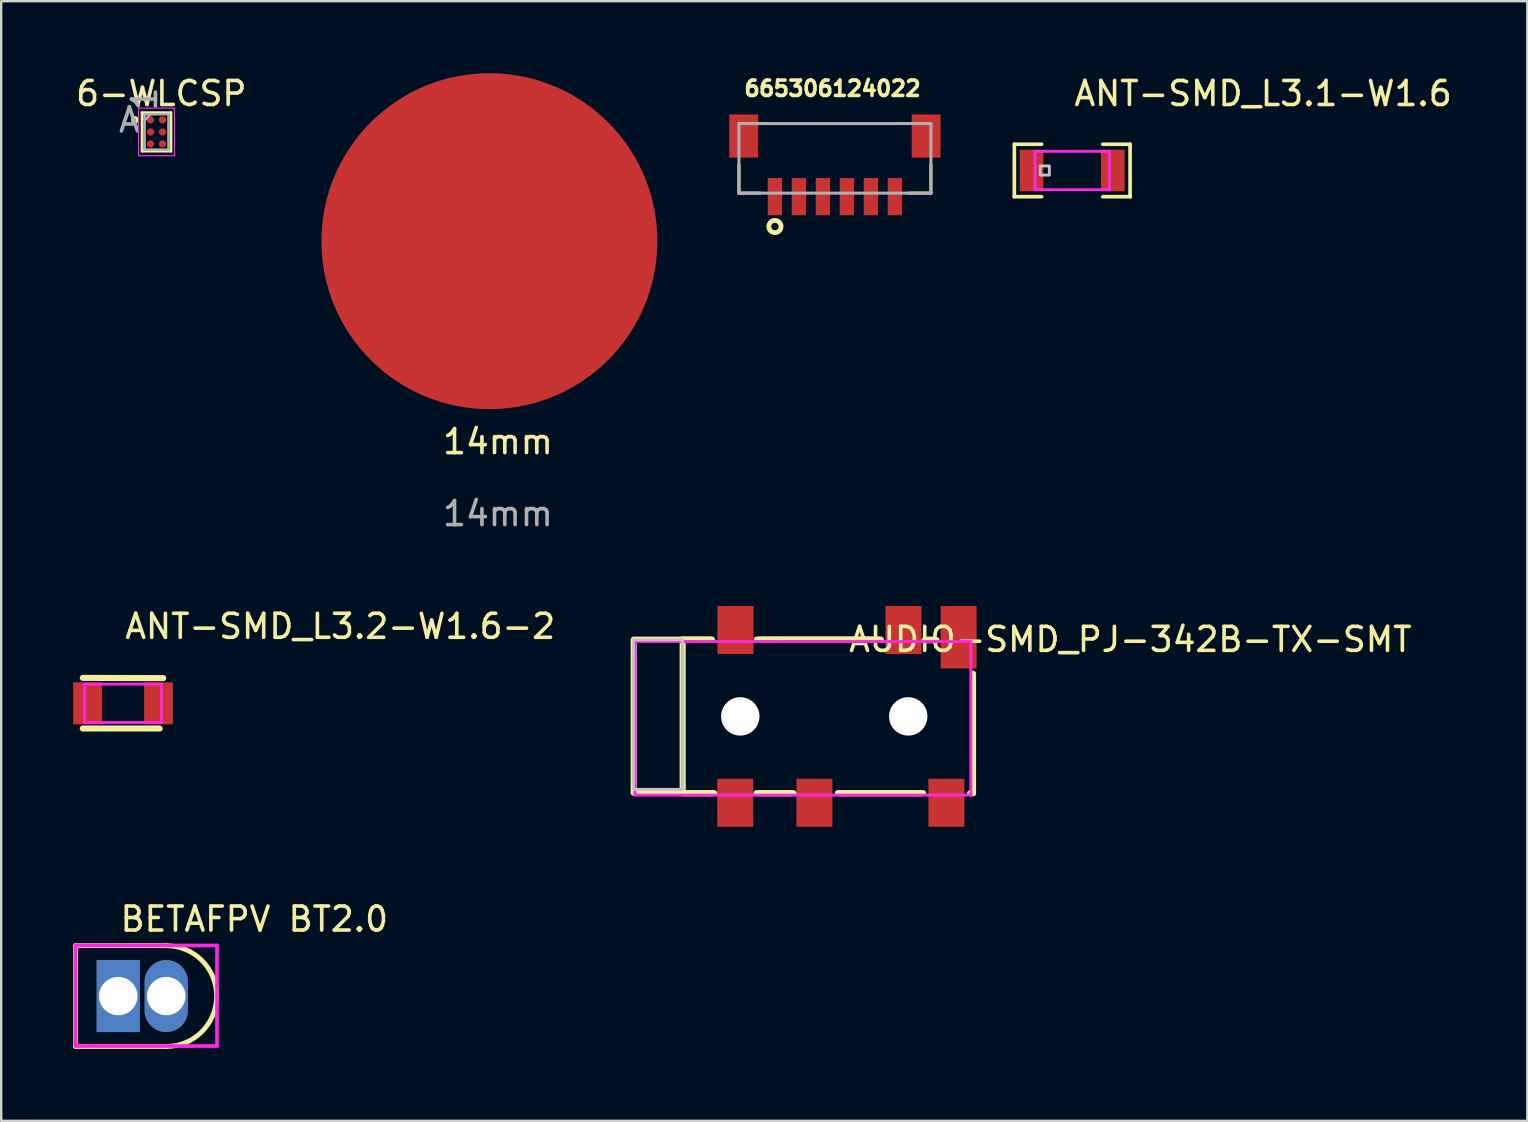
<source format=kicad_pcb>
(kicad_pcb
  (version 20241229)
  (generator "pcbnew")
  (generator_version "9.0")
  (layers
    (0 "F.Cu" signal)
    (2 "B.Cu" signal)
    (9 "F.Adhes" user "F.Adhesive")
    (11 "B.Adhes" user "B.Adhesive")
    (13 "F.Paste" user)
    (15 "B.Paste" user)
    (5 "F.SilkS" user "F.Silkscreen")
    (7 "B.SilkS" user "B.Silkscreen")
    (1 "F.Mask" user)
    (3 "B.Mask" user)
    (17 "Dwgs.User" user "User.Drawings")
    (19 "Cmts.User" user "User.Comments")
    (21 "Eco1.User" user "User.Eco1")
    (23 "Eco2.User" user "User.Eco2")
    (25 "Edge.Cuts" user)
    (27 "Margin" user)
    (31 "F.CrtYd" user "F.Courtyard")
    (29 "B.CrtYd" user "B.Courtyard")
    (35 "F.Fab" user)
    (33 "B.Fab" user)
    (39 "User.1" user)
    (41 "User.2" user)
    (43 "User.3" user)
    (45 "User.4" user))
  (footprint "AUDIO-SMD_PJ-342B-TX-SMT"
    (layer "F.Cu")
    (at 32.245 26.805)
    (property "Reference" "AUDIO-SMD_PJ-342B-TX-SMT" (at 0 -3.207 0) (layer "F.SilkS") (effects (font (size 1 1) (thickness 0.15)) (justify left)))
    (attr through_hole)
    (fp_line (start -8.885 -3.175) (end -8.885 3.175) (stroke (width 0.254) (type solid)) (layer "F.SilkS"))
    (fp_line (start -8.885 3.175) (end -6.785 3.175) (stroke (width 0.254) (type solid)) (layer "F.SilkS"))
    (fp_line (start -8.881 -3.199) (end -6.781 -3.199) (stroke (width 0.254) (type solid)) (layer "F.SilkS"))
    (fp_line (start -6.845 -3.2) (end -6.845 3.2) (stroke (width 0.254) (type solid)) (layer "F.SilkS"))
    (fp_line (start -6.845 -3.2) (end -5.654 -3.2) (stroke (width 0.254) (type solid)) (layer "F.SilkS"))
    (fp_line (start -6.845 3.2) (end -5.626 3.2) (stroke (width 0.254) (type solid)) (layer "F.SilkS"))
    (fp_line (start -6.845 3.2) (end -5.534 3.2) (stroke (width 0.254) (type solid)) (layer "F.SilkS"))
    (fp_line (start -6.729 -3.2) (end -5.626 -3.2) (stroke (width 0.254) (type solid)) (layer "F.SilkS"))
    (fp_line (start -3.767 3.2) (end -2.232 3.2) (stroke (width 0.254) (type solid)) (layer "F.SilkS"))
    (fp_line (start -3.756 -3.2) (end 1.415 -3.2) (stroke (width 0.254) (type solid)) (layer "F.SilkS"))
    (fp_line (start -3.664 -3.2) (end 1.374 -3.2) (stroke (width 0.254) (type solid)) (layer "F.SilkS"))
    (fp_line (start -3.664 3.2) (end -2.326 3.2) (stroke (width 0.254) (type solid)) (layer "F.SilkS"))
    (fp_line (start -0.376 3.2) (end 3.102 3.2) (stroke (width 0.254) (type solid)) (layer "F.SilkS"))
    (fp_line (start -0.364 3.2) (end 3.174 3.2) (stroke (width 0.254) (type solid)) (layer "F.SilkS"))
    (fp_line (start 3.229 -3.175) (end 3.737 -3.175) (stroke (width 0.254) (type solid)) (layer "F.SilkS"))
    (fp_line (start 3.336 -3.2) (end 3.674 -3.2) (stroke (width 0.254) (type solid)) (layer "F.SilkS"))
    (fp_line (start 5.136 3.2) (end 5.255 3.2) (stroke (width 0.254) (type solid)) (layer "F.SilkS"))
    (fp_line (start 5.255 -1.778) (end 5.255 3.2) (stroke (width 0.254) (type solid)) (layer "F.SilkS"))
    (fp_circle (center -4.445 0) (end -4.145 0) (stroke (width 0.6) (type solid)) (fill no) (layer "Dwgs.User"))
    (fp_circle (center 2.555 0) (end 2.855 0) (stroke (width 0.6) (type solid)) (fill no) (layer "Dwgs.User"))
    (fp_poly (pts (xy -8.895 -3.19) (xy -6.875 -3.19) (xy -6.855 -3.21) (xy -6.855 3.04) (xy -8.895 3.04)) (stroke (width 0.12) (type solid)) (fill no) (layer "Dwgs.User"))
    (fp_circle (center -8.835 -4.256) (end -8.805 -4.256) (stroke (width 0.06) (type solid)) (fill no) (layer "Eco2.User"))
    (fp_poly (pts (xy -4.155 2.656) (xy -4.155 4.256) (xy -5.155 4.256) (xy -5.155 2.656)) (stroke (width 0.12) (type solid)) (fill no) (layer "Eco2.User"))
    (fp_poly (pts (xy -4.145 -4.256) (xy -4.145 -2.656) (xy -5.145 -2.656) (xy -5.145 -4.256)) (stroke (width 0.12) (type solid)) (fill no) (layer "Eco2.User"))
    (fp_poly (pts (xy -0.855 2.656) (xy -0.855 4.256) (xy -1.855 4.256) (xy -1.855 2.656)) (stroke (width 0.12) (type solid)) (fill no) (layer "Eco2.User"))
    (fp_poly (pts (xy 2.855 -4.256) (xy 2.855 -2.656) (xy 1.855 -2.656) (xy 1.855 -4.256)) (stroke (width 0.12) (type solid)) (fill no) (layer "Eco2.User"))
    (fp_poly (pts (xy 4.645 2.656) (xy 4.645 4.256) (xy 3.645 4.256) (xy 3.645 2.656)) (stroke (width 0.12) (type solid)) (fill no) (layer "Eco2.User"))
    (fp_poly (pts (xy 5.155 -4.255) (xy 5.155 -2.155) (xy 4.155 -2.155) (xy 4.155 -4.255)) (stroke (width 0.12) (type solid)) (fill no) (layer "Eco2.User"))
    (fp_line (start -8.835 -3.12) (end 5.165 -3.12) (stroke (width 0.12) (type solid)) (layer "F.CrtYd"))
    (fp_line (start -8.835 3.28) (end -8.835 -3.12) (stroke (width 0.12) (type solid)) (layer "F.CrtYd"))
    (fp_line (start 5.165 -3.12) (end 5.165 3.28) (stroke (width 0.12) (type solid)) (layer "F.CrtYd"))
    (fp_line (start 5.165 3.28) (end -8.835 3.28) (stroke (width 0.12) (type solid)) (layer "F.CrtYd"))
    (pad "" np_thru_hole circle (at -4.445 0) (size 1.6 1.6) (drill 1.6) (layers "*.Cu" "*.Mask"))
    (pad "" np_thru_hole circle (at 2.555 0) (size 1.6 1.6) (drill 1.6) (layers "*.Cu" "*.Mask"))
    (pad "2" smd rect (at -4.645 -3.6 90) (size 2 1.5) (layers "F.Cu" "F.Mask" "F.Paste"))
    (pad "3" smd rect (at 2.355 -3.6 90) (size 2 1.5) (layers "F.Cu" "F.Mask" "F.Paste"))
    (pad "4" smd rect (at 4.655 -3.3 90) (size 2.6 1.5) (layers "F.Cu" "F.Mask" "F.Paste"))
    (pad "5" smd rect (at -4.655 3.6 90) (size 2 1.5) (layers "F.Cu" "F.Mask" "F.Paste"))
    (pad "6" smd rect (at -1.355 3.6 90) (size 2 1.5) (layers "F.Cu" "F.Mask" "F.Paste"))
    (pad "7" smd rect (at 4.145 3.6 90) (size 2 1.5) (layers "F.Cu" "F.Mask" "F.Paste")))
  (footprint "BETAFPV BT2.0"
    (layer "F.Cu")
    (at 1.878 38.46)
    (property "Reference" "BETAFPV BT2.0" (at 0 -3.207 0) (layer "F.SilkS") (effects (font (size 1 1) (thickness 0.15)) (justify left)))
    (attr through_hole)
    (fp_line (start -1.778 -2.101) (end -1.778 2.101) (stroke (width 0.2) (type solid)) (layer "F.SilkS"))
    (fp_line (start -1.778 2.101) (end 1.999 2.101) (stroke (width 0.2) (type solid)) (layer "F.SilkS"))
    (fp_line (start 1.999 -2.101) (end -1.778 -2.101) (stroke (width 0.2) (type solid)) (layer "F.SilkS"))
    (fp_arc (start 2 -2.1) (mid 4.1 0) (end 1.999999 2.1) (stroke (width 0.2) (type solid)) (layer "F.SilkS"))
    (fp_line (start -1.778 -2.108) (end 4.115 -2.108) (stroke (width 0.152) (type solid)) (layer "F.CrtYd"))
    (fp_line (start -1.778 2.083) (end -1.778 -2.108) (stroke (width 0.152) (type solid)) (layer "F.CrtYd"))
    (fp_line (start 4.115 -2.108) (end 4.115 2.083) (stroke (width 0.152) (type solid)) (layer "F.CrtYd"))
    (fp_line (start 4.115 2.083) (end -1.778 2.083) (stroke (width 0.152) (type solid)) (layer "F.CrtYd"))
    (pad "1" thru_hole rect (at 0 0) (size 1.8 3) (drill 1.6) (layers "*.Cu" "*.Mask"))
    (pad "2" thru_hole oval (at 2 0) (size 1.8 3) (drill 1.6) (layers "*.Cu" "*.Mask")))
  (footprint "ANT-SMD_L3.2-W1.6-2"
    (layer "F.Cu")
    (at 2.078 26.26)
    (property "Reference" "ANT-SMD_L3.2-W1.6-2" (at 0 -3.207 0) (layer "F.SilkS") (effects (font (size 1 1) (thickness 0.15)) (justify left)))
    (attr through_hole)
    (fp_line (start -1.676 -1.06) (end 1.676 -1.05) (stroke (width 0.254) (type solid)) (layer "F.SilkS"))
    (fp_line (start 1.524 1.05) (end -1.676 1.05) (stroke (width 0.254) (type solid)) (layer "F.SilkS"))
    (fp_circle (center -1.6 0.8) (end -1.57 0.8) (stroke (width 0.06) (type solid)) (fill no) (layer "Eco2.User"))
    (fp_poly (pts (xy -1.6 -0.68) (xy -0.98 -0.68) (xy -0.98 0.68) (xy -1.6 0.68)) (stroke (width 0.12) (type solid)) (fill no) (layer "Eco2.User"))
    (fp_poly (pts (xy 0.98 -0.68) (xy 1.6 -0.68) (xy 1.6 0.68) (xy 0.98 0.68)) (stroke (width 0.12) (type solid)) (fill no) (layer "Eco2.User"))
    (fp_line (start -1.6 -0.8) (end 1.6 -0.8) (stroke (width 0.12) (type solid)) (layer "F.CrtYd"))
    (fp_line (start -1.6 0.8) (end -1.6 -0.8) (stroke (width 0.12) (type solid)) (layer "F.CrtYd"))
    (fp_line (start 1.6 -0.8) (end 1.6 0.8) (stroke (width 0.12) (type solid)) (layer "F.CrtYd"))
    (fp_line (start 1.6 0.8) (end -1.6 0.8) (stroke (width 0.12) (type solid)) (layer "F.CrtYd"))
    (pad "1" smd rect (at -1.478 0) (size 1.2 1.75) (layers "F.Cu" "F.Mask" "F.Paste"))
    (pad "2" smd rect (at 1.478 0) (size 1.2 1.75) (layers "F.Cu" "F.Mask" "F.Paste")))
  (footprint "665306124022"
    (layer "F.Cu")
    (at 31.745 5.144)
    (property "Reference" "665306124022" (at -0.1 -4.506 0) (layer "F.SilkS") (effects (font (size 0.64 0.64) (thickness 0.15))))
    (attr smd)
    (fp_line (start -4 -1.32) (end -4 -0.145) (stroke (width 0.127) (type solid)) (layer "F.SilkS"))
    (fp_line (start -4 -0.145) (end -3.11 -0.145) (stroke (width 0.127) (type solid)) (layer "F.SilkS"))
    (fp_line (start -3.01 -3.045) (end 2.51 -3.045) (stroke (width 0.127) (type solid)) (layer "F.SilkS"))
    (fp_line (start 4 -1.32) (end 4 -0.145) (stroke (width 0.127) (type solid)) (layer "F.SilkS"))
    (fp_line (start 4 -0.145) (end 3.08 -0.145) (stroke (width 0.127) (type solid)) (layer "F.SilkS"))
    (fp_circle (center -2.5 1.246) (end -2.246 1.246) (stroke (width 0.2) (type solid)) (fill no) (layer "F.SilkS"))
    (fp_line (start -4 -3.045) (end 4 -3.045) (stroke (width 0.127) (type solid)) (layer "F.Fab"))
    (fp_line (start -4 -0.145) (end -4 -3.045) (stroke (width 0.127) (type solid)) (layer "F.Fab"))
    (fp_line (start 4 -3.045) (end 4 -0.145) (stroke (width 0.127) (type solid)) (layer "F.Fab"))
    (fp_line (start 4 -0.145) (end -4 -0.145) (stroke (width 0.127) (type solid)) (layer "F.Fab"))
    (pad "1" smd rect (at -2.5 0) (size 0.6 1.55) (layers "F.Cu" "F.Mask" "F.Paste"))
    (pad "2" smd rect (at -1.5 0) (size 0.6 1.55) (layers "F.Cu" "F.Mask" "F.Paste"))
    (pad "3" smd rect (at -0.5 0) (size 0.6 1.55) (layers "F.Cu" "F.Mask" "F.Paste"))
    (pad "4" smd rect (at 0.5 0) (size 0.6 1.55) (layers "F.Cu" "F.Mask" "F.Paste"))
    (pad "5" smd rect (at 1.5 0) (size 0.6 1.55) (layers "F.Cu" "F.Mask" "F.Paste"))
    (pad "6" smd rect (at 2.5 0) (size 0.6 1.55) (layers "F.Cu" "F.Mask" "F.Paste"))
    (pad "Z1" smd rect (at -3.8 -2.525) (size 1.2 1.8) (layers "F.Cu" "F.Mask" "F.Paste"))
    (pad "Z2" smd rect (at 3.8 -2.525) (size 1.2 1.8) (layers "F.Cu" "F.Mask" "F.Paste")))
  (footprint "ANT-SMD_L3.1-W1.6"
    (layer "F.Cu")
    (at 41.633 4.055)
    (property "Reference" "ANT-SMD_L3.1-W1.6" (at 0 -3.207 0) (layer "F.SilkS") (effects (font (size 1 1) (thickness 0.15)) (justify left)))
    (attr through_hole)
    (fp_line (start -2.412 -1.093) (end -1.276 -1.093) (stroke (width 0.152) (type solid)) (layer "F.SilkS"))
    (fp_line (start -2.412 1.093) (end -2.412 -1.093) (stroke (width 0.152) (type solid)) (layer "F.SilkS"))
    (fp_line (start -1.276 1.093) (end -2.412 1.093) (stroke (width 0.152) (type solid)) (layer "F.SilkS"))
    (fp_line (start 1.276 1.093) (end 2.412 1.093) (stroke (width 0.152) (type solid)) (layer "F.SilkS"))
    (fp_line (start 2.412 -1.093) (end 1.276 -1.093) (stroke (width 0.152) (type solid)) (layer "F.SilkS"))
    (fp_line (start 2.412 1.093) (end 2.412 -1.093) (stroke (width 0.152) (type solid)) (layer "F.SilkS"))
    (fp_poly (pts (xy -1.2 0.276) (xy -1.2 -0.276) (xy -1.534 -0.864) (xy -2.084 -0.864) (xy -2.184 -0.764) (xy -2.184 0.764) (xy -2.084 0.864) (xy -1.534 0.864)) (stroke (width 0.12) (type solid)) (fill yes) (layer "F.Paste"))
    (fp_poly (pts (xy 1.2 0.276) (xy 1.2 -0.276) (xy 1.534 -0.864) (xy 2.084 -0.864) (xy 2.184 -0.764) (xy 2.184 0.764) (xy 2.084 0.864) (xy 1.534 0.864)) (stroke (width 0.12) (type solid)) (fill yes) (layer "F.Paste"))
    (fp_poly (pts (xy -1.333 -0.19) (xy -0.952 -0.19) (xy -0.952 0.191) (xy -1.333 0.191)) (stroke (width 0.12) (type solid)) (fill no) (layer "Dwgs.User"))
    (fp_circle (center -1.55 0.8) (end -1.52 0.8) (stroke (width 0.06) (type solid)) (fill no) (layer "Eco2.User"))
    (fp_poly (pts (xy -1.55 0.8) (xy -1.55 -0.8) (xy -1.3 -0.8) (xy -1.3 0.8)) (stroke (width 0.12) (type solid)) (fill no) (layer "Eco2.User"))
    (fp_poly (pts (xy 1.55 0.8) (xy 1.55 -0.8) (xy 1.3 -0.8) (xy 1.3 0.8)) (stroke (width 0.12) (type solid)) (fill no) (layer "Eco2.User"))
    (fp_line (start -1.55 -0.8) (end 1.55 -0.8) (stroke (width 0.12) (type solid)) (layer "F.CrtYd"))
    (fp_line (start -1.55 0.8) (end -1.55 -0.8) (stroke (width 0.12) (type solid)) (layer "F.CrtYd"))
    (fp_line (start 1.55 -0.8) (end 1.55 0.8) (stroke (width 0.12) (type solid)) (layer "F.CrtYd"))
    (fp_line (start 1.55 0.8) (end -1.55 0.8) (stroke (width 0.12) (type solid)) (layer "F.CrtYd"))
    (pad "1" smd rect (at -1.692 0) (size 0.984 1.728) (layers "F.Cu" "F.Mask" "F.Paste"))
    (pad "2" smd rect (at 1.692 0) (size 0.984 1.728) (layers "F.Cu" "F.Mask" "F.Paste")))
  (footprint "6-WLCSP"
    (layer "F.Cu")
    (at 3.473 2.448)
    (property "Reference" "6-WLCSP" (at 0.2 -1.6 0) (layer "F.SilkS") (effects (font (size 1 1) (thickness 0.15))))
    (attr smd)
    (fp_line (start -0.6 -0.8) (end 0.6 -0.8) (stroke (width 0.12) (type solid)) (layer "F.SilkS"))
    (fp_line (start -0.6 0.8) (end -0.6 -0.8) (stroke (width 0.12) (type solid)) (layer "F.SilkS"))
    (fp_line (start 0.6 -0.8) (end 0.6 0.8) (stroke (width 0.12) (type solid)) (layer "F.SilkS"))
    (fp_line (start 0.6 0.8) (end -0.6 0.8) (stroke (width 0.12) (type solid)) (layer "F.SilkS"))
    (fp_circle (center -0.9 -0.5) (end -0.9 -0.4) (stroke (width 0.12) (type solid)) (fill no) (layer "F.SilkS"))
    (fp_line (start -0.749 -0.991) (end 0.749 -0.991) (stroke (width 0.05) (type solid)) (layer "F.CrtYd"))
    (fp_line (start -0.749 0.991) (end -0.749 -0.991) (stroke (width 0.05) (type solid)) (layer "F.CrtYd"))
    (fp_line (start 0.749 -0.991) (end 0.749 0.991) (stroke (width 0.05) (type solid)) (layer "F.CrtYd"))
    (fp_line (start 0.749 0.991) (end -0.749 0.991) (stroke (width 0.05) (type solid)) (layer "F.CrtYd"))
    (fp_line (start -0.495 -0.737) (end -0.495 0.737) (stroke (width 0.1) (type solid)) (layer "F.Fab"))
    (fp_line (start -0.495 0.737) (end 0.495 0.737) (stroke (width 0.1) (type solid)) (layer "F.Fab"))
    (fp_line (start -0.245 -0.737) (end -0.495 -0.487) (stroke (width 0.1) (type solid)) (layer "F.Fab"))
    (fp_line (start 0.495 -0.737) (end -0.495 -0.737) (stroke (width 0.1) (type solid)) (layer "F.Fab"))
    (fp_line (start 0.495 0.737) (end 0.495 -0.737) (stroke (width 0.1) (type solid)) (layer "F.Fab"))
    (fp_text user "A" (at -1.13 -0.5 0) (layer "F.Fab") (effects (font (size 1 1) (thickness 0.15))))
    (fp_text user "1" (at -0.5 -1.372 90) (layer "F.Fab") (effects (font (size 1 1) (thickness 0.15))))
    (pad "A1" smd circle (at -0.25 -0.5) (size 0.305 0.305) (layers "F.Cu" "F.Mask" "F.Paste"))
    (pad "A2" smd circle (at 0.25 -0.5) (size 0.305 0.305) (layers "F.Cu" "F.Mask" "F.Paste"))
    (pad "B1" smd circle (at -0.25 0) (size 0.305 0.305) (layers "F.Cu" "F.Mask" "F.Paste"))
    (pad "B2" smd circle (at 0.25 0) (size 0.305 0.305) (layers "F.Cu" "F.Mask" "F.Paste"))
    (pad "C1" smd circle (at -0.25 0.5) (size 0.305 0.305) (layers "F.Cu" "F.Mask" "F.Paste"))
    (pad "C2" smd circle (at 0.25 0.5) (size 0.305 0.305) (layers "F.Cu" "F.Mask" "F.Paste")))
  (footprint "14mm"
    (layer "F.Cu")
    (at 17.345 7)
    (property "Reference" "14mm" (at 0.356 8.357 0) (unlocked yes) (layer "F.SilkS") (effects (font (size 1 1) (thickness 0.15))))
    (attr smd)
    (fp_text user "${REFERENCE}" (at 0.356 11.357 0) (unlocked yes) (layer "F.Fab") (effects (font (size 1 1) (thickness 0.15))))
    (pad "1" smd circle (at 0 0) (size 14 14) (layers "F.Cu" "F.Mask" "F.Paste")))
  (gr_rect
    (start -3 -3)
    (end 60.598 43.661)
    (stroke (width 0.1) (type default))
    (fill no)
    (layer "Edge.Cuts")))
</source>
